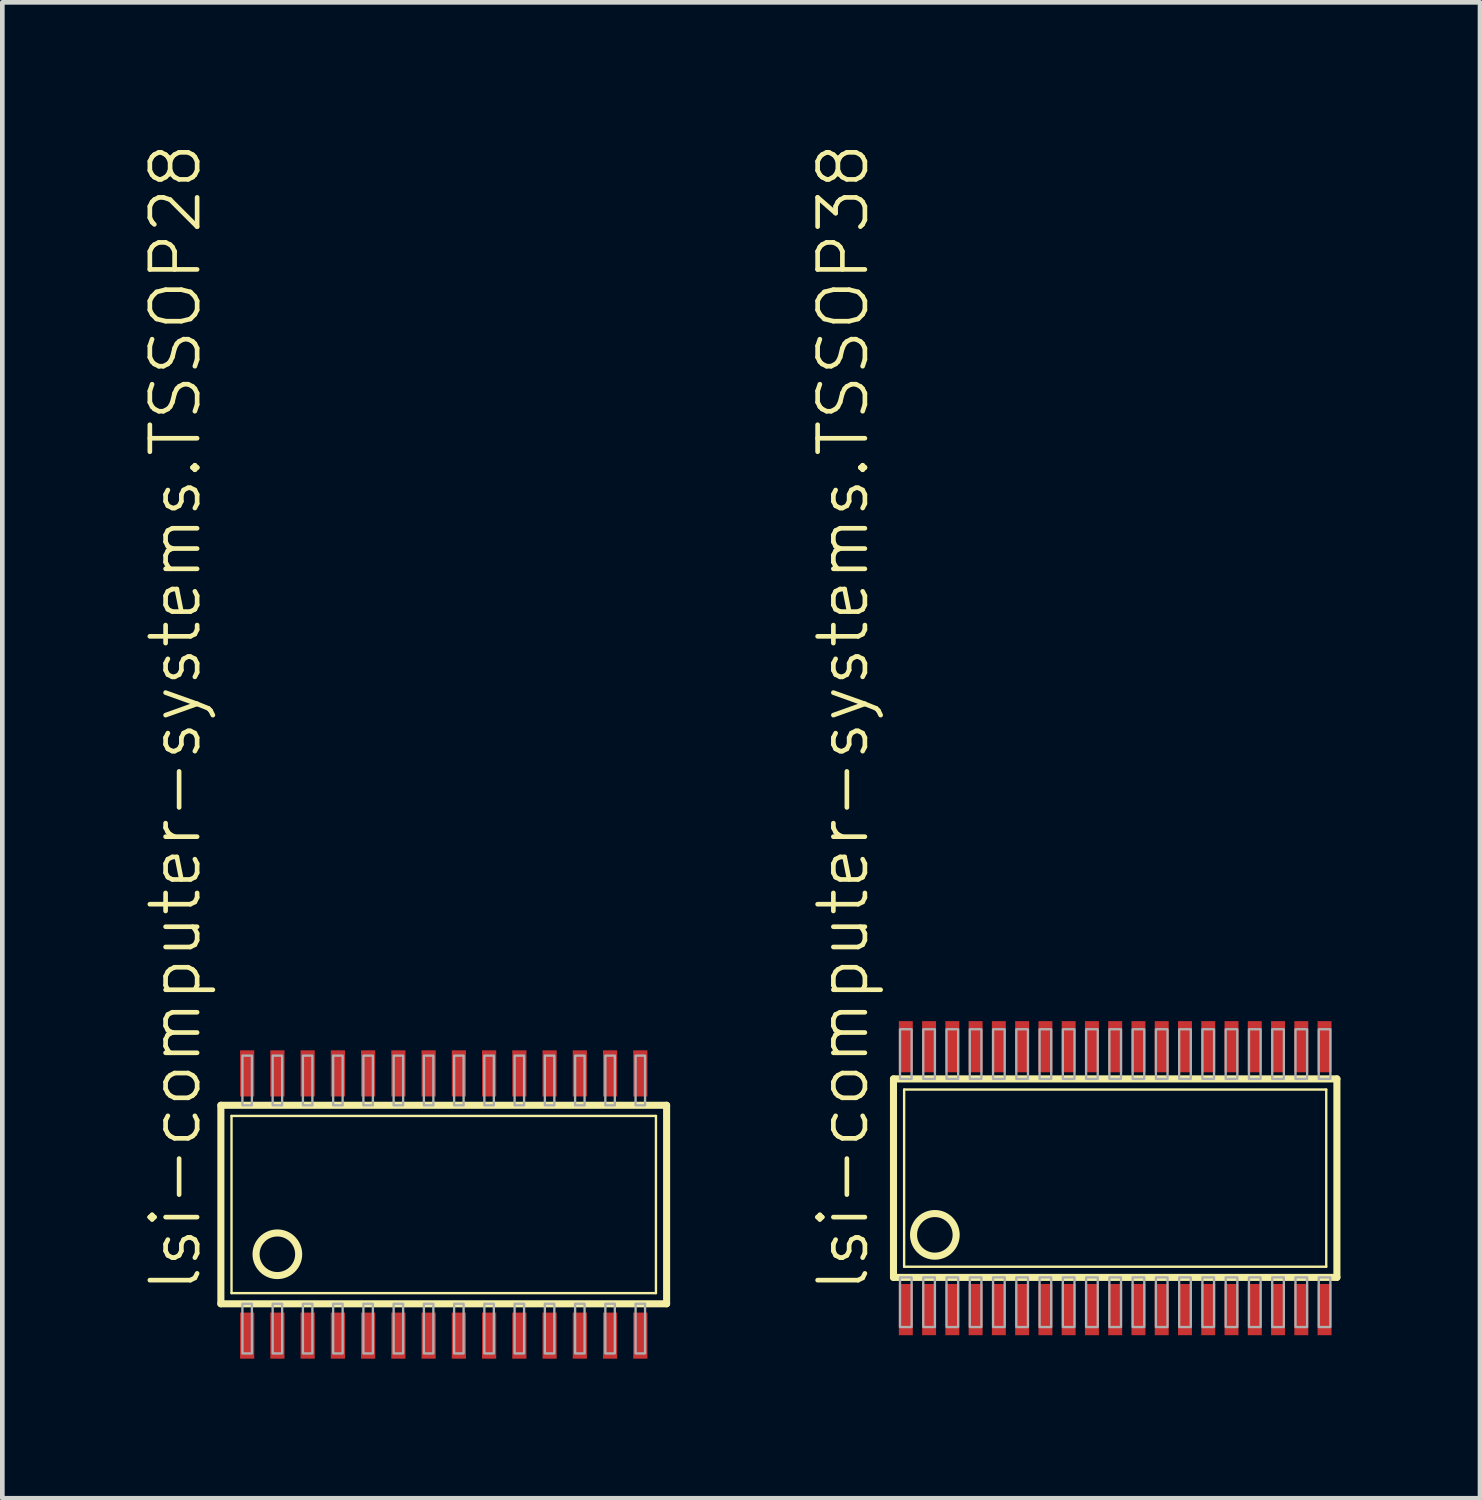
<source format=kicad_pcb>
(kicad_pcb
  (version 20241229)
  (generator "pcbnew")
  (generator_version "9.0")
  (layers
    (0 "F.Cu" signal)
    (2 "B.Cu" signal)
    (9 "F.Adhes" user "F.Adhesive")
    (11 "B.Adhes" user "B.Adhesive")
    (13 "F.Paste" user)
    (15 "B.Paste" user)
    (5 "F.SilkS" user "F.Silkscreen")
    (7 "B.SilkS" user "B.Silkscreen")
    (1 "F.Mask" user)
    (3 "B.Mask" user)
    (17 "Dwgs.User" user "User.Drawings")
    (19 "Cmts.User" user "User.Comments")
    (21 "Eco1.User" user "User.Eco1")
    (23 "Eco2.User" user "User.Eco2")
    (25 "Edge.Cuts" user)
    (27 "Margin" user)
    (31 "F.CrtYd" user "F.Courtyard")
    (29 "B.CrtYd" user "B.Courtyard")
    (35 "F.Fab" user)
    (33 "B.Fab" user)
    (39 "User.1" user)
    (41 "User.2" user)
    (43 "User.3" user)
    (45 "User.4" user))
  (footprint "lsi-computer-systems.TSSOP28"
    (layer "F.Cu")
    (at 6.487 22.838)
    (property "Reference" "lsi-computer-systems.TSSOP28" (at -5.171 1.933 90) (layer "F.SilkS") (effects (font (size 1.016 1.016) (thickness 0.1)) (justify left bottom)))
    (attr smd)
    (fp_line (start -4.79 2.133) (end -4.79 -2.133) (stroke (width 0.152) (type default)) (layer "F.SilkS"))
    (fp_line (start -4.79 2.133) (end 4.79 2.133) (stroke (width 0.152) (type default)) (layer "F.SilkS"))
    (fp_line (start -4.561 1.904) (end -4.561 -1.904) (stroke (width 0.051) (type default)) (layer "F.SilkS"))
    (fp_line (start -4.561 1.904) (end 4.561 1.904) (stroke (width 0.051) (type default)) (layer "F.SilkS"))
    (fp_line (start 4.561 -1.904) (end -4.561 -1.904) (stroke (width 0.051) (type default)) (layer "F.SilkS"))
    (fp_line (start 4.561 -1.904) (end 4.561 1.904) (stroke (width 0.051) (type default)) (layer "F.SilkS"))
    (fp_line (start 4.79 -2.133) (end -4.79 -2.133) (stroke (width 0.152) (type default)) (layer "F.SilkS"))
    (fp_line (start 4.79 -2.133) (end 4.79 2.133) (stroke (width 0.152) (type default)) (layer "F.SilkS"))
    (fp_circle (center -3.576 1.069) (end -3.118 1.069) (stroke (width 0.152) (type default)) (fill no) (layer "F.SilkS"))
    (fp_rect (start -4.327 -2.133) (end -4.123 -3.2) (stroke (width 0.05) (type default)) (fill no) (layer "F.Fab"))
    (fp_rect (start -4.327 3.2) (end -4.123 2.133) (stroke (width 0.05) (type default)) (fill no) (layer "F.Fab"))
    (fp_rect (start -3.677 -2.133) (end -3.473 -3.2) (stroke (width 0.05) (type default)) (fill no) (layer "F.Fab"))
    (fp_rect (start -3.677 3.2) (end -3.473 2.133) (stroke (width 0.05) (type default)) (fill no) (layer "F.Fab"))
    (fp_rect (start -3.027 -2.133) (end -2.823 -3.2) (stroke (width 0.05) (type default)) (fill no) (layer "F.Fab"))
    (fp_rect (start -3.027 3.2) (end -2.823 2.133) (stroke (width 0.05) (type default)) (fill no) (layer "F.Fab"))
    (fp_rect (start -2.377 -2.133) (end -2.173 -3.2) (stroke (width 0.05) (type default)) (fill no) (layer "F.Fab"))
    (fp_rect (start -2.377 3.2) (end -2.173 2.133) (stroke (width 0.05) (type default)) (fill no) (layer "F.Fab"))
    (fp_rect (start -1.727 -2.133) (end -1.523 -3.2) (stroke (width 0.05) (type default)) (fill no) (layer "F.Fab"))
    (fp_rect (start -1.727 3.2) (end -1.523 2.133) (stroke (width 0.05) (type default)) (fill no) (layer "F.Fab"))
    (fp_rect (start -1.077 -2.133) (end -0.873 -3.2) (stroke (width 0.05) (type default)) (fill no) (layer "F.Fab"))
    (fp_rect (start -1.077 3.2) (end -0.873 2.133) (stroke (width 0.05) (type default)) (fill no) (layer "F.Fab"))
    (fp_rect (start -0.427 -2.133) (end -0.223 -3.2) (stroke (width 0.05) (type default)) (fill no) (layer "F.Fab"))
    (fp_rect (start -0.427 3.2) (end -0.223 2.133) (stroke (width 0.05) (type default)) (fill no) (layer "F.Fab"))
    (fp_rect (start 0.223 -2.133) (end 0.427 -3.2) (stroke (width 0.05) (type default)) (fill no) (layer "F.Fab"))
    (fp_rect (start 0.223 3.2) (end 0.427 2.133) (stroke (width 0.05) (type default)) (fill no) (layer "F.Fab"))
    (fp_rect (start 0.873 -2.133) (end 1.077 -3.2) (stroke (width 0.05) (type default)) (fill no) (layer "F.Fab"))
    (fp_rect (start 0.873 3.2) (end 1.077 2.133) (stroke (width 0.05) (type default)) (fill no) (layer "F.Fab"))
    (fp_rect (start 1.523 -2.133) (end 1.727 -3.2) (stroke (width 0.05) (type default)) (fill no) (layer "F.Fab"))
    (fp_rect (start 1.523 3.2) (end 1.727 2.133) (stroke (width 0.05) (type default)) (fill no) (layer "F.Fab"))
    (fp_rect (start 2.173 -2.133) (end 2.377 -3.2) (stroke (width 0.05) (type default)) (fill no) (layer "F.Fab"))
    (fp_rect (start 2.173 3.2) (end 2.377 2.133) (stroke (width 0.05) (type default)) (fill no) (layer "F.Fab"))
    (fp_rect (start 2.823 -2.133) (end 3.027 -3.2) (stroke (width 0.05) (type default)) (fill no) (layer "F.Fab"))
    (fp_rect (start 2.823 3.2) (end 3.027 2.133) (stroke (width 0.05) (type default)) (fill no) (layer "F.Fab"))
    (fp_rect (start 3.473 -2.133) (end 3.677 -3.2) (stroke (width 0.05) (type default)) (fill no) (layer "F.Fab"))
    (fp_rect (start 3.473 3.2) (end 3.677 2.133) (stroke (width 0.05) (type default)) (fill no) (layer "F.Fab"))
    (fp_rect (start 4.123 -2.133) (end 4.327 -3.2) (stroke (width 0.05) (type default)) (fill no) (layer "F.Fab"))
    (fp_rect (start 4.123 3.2) (end 4.327 2.133) (stroke (width 0.05) (type default)) (fill no) (layer "F.Fab"))
    (pad "1" smd roundrect (at -4.225 2.818) (size 0.305 0.991) (layers "F.Cu" "F.Mask" "F.Paste") (roundrect_rratio 0.01))
    (pad "2" smd roundrect (at -3.575 2.818) (size 0.305 0.991) (layers "F.Cu" "F.Mask" "F.Paste") (roundrect_rratio 0.01))
    (pad "3" smd roundrect (at -2.925 2.818) (size 0.305 0.991) (layers "F.Cu" "F.Mask" "F.Paste") (roundrect_rratio 0.01))
    (pad "4" smd roundrect (at -2.275 2.818) (size 0.305 0.991) (layers "F.Cu" "F.Mask" "F.Paste") (roundrect_rratio 0.01))
    (pad "5" smd roundrect (at -1.625 2.818) (size 0.305 0.991) (layers "F.Cu" "F.Mask" "F.Paste") (roundrect_rratio 0.01))
    (pad "6" smd roundrect (at -0.975 2.818) (size 0.305 0.991) (layers "F.Cu" "F.Mask" "F.Paste") (roundrect_rratio 0.01))
    (pad "7" smd roundrect (at -0.325 2.818) (size 0.305 0.991) (layers "F.Cu" "F.Mask" "F.Paste") (roundrect_rratio 0.01))
    (pad "8" smd roundrect (at 0.325 2.818) (size 0.305 0.991) (layers "F.Cu" "F.Mask" "F.Paste") (roundrect_rratio 0.01))
    (pad "9" smd roundrect (at 0.975 2.818) (size 0.305 0.991) (layers "F.Cu" "F.Mask" "F.Paste") (roundrect_rratio 0.01))
    (pad "10" smd roundrect (at 1.625 2.818) (size 0.305 0.991) (layers "F.Cu" "F.Mask" "F.Paste") (roundrect_rratio 0.01))
    (pad "11" smd roundrect (at 2.275 2.818) (size 0.305 0.991) (layers "F.Cu" "F.Mask" "F.Paste") (roundrect_rratio 0.01))
    (pad "12" smd roundrect (at 2.925 2.818) (size 0.305 0.991) (layers "F.Cu" "F.Mask" "F.Paste") (roundrect_rratio 0.01))
    (pad "13" smd roundrect (at 3.575 2.818) (size 0.305 0.991) (layers "F.Cu" "F.Mask" "F.Paste") (roundrect_rratio 0.01))
    (pad "14" smd roundrect (at 4.225 2.818) (size 0.305 0.991) (layers "F.Cu" "F.Mask" "F.Paste") (roundrect_rratio 0.01))
    (pad "15" smd roundrect (at 4.225 -2.818) (size 0.305 0.991) (layers "F.Cu" "F.Mask" "F.Paste") (roundrect_rratio 0.01))
    (pad "16" smd roundrect (at 3.575 -2.818) (size 0.305 0.991) (layers "F.Cu" "F.Mask" "F.Paste") (roundrect_rratio 0.01))
    (pad "17" smd roundrect (at 2.925 -2.818) (size 0.305 0.991) (layers "F.Cu" "F.Mask" "F.Paste") (roundrect_rratio 0.01))
    (pad "18" smd roundrect (at 2.275 -2.818) (size 0.305 0.991) (layers "F.Cu" "F.Mask" "F.Paste") (roundrect_rratio 0.01))
    (pad "19" smd roundrect (at 1.625 -2.818) (size 0.305 0.991) (layers "F.Cu" "F.Mask" "F.Paste") (roundrect_rratio 0.01))
    (pad "20" smd roundrect (at 0.975 -2.818) (size 0.305 0.991) (layers "F.Cu" "F.Mask" "F.Paste") (roundrect_rratio 0.01))
    (pad "21" smd roundrect (at 0.325 -2.818) (size 0.305 0.991) (layers "F.Cu" "F.Mask" "F.Paste") (roundrect_rratio 0.01))
    (pad "22" smd roundrect (at -0.325 -2.818) (size 0.305 0.991) (layers "F.Cu" "F.Mask" "F.Paste") (roundrect_rratio 0.01))
    (pad "23" smd roundrect (at -0.975 -2.818) (size 0.305 0.991) (layers "F.Cu" "F.Mask" "F.Paste") (roundrect_rratio 0.01))
    (pad "24" smd roundrect (at -1.625 -2.818) (size 0.305 0.991) (layers "F.Cu" "F.Mask" "F.Paste") (roundrect_rratio 0.01))
    (pad "25" smd roundrect (at -2.275 -2.818) (size 0.305 0.991) (layers "F.Cu" "F.Mask" "F.Paste") (roundrect_rratio 0.01))
    (pad "26" smd roundrect (at -2.925 -2.818) (size 0.305 0.991) (layers "F.Cu" "F.Mask" "F.Paste") (roundrect_rratio 0.01))
    (pad "27" smd roundrect (at -3.575 -2.818) (size 0.305 0.991) (layers "F.Cu" "F.Mask" "F.Paste") (roundrect_rratio 0.01))
    (pad "28" smd roundrect (at -4.225 -2.818) (size 0.305 0.991) (layers "F.Cu" "F.Mask" "F.Paste") (roundrect_rratio 0.01)))
  (footprint "lsi-computer-systems.TSSOP38"
    (layer "F.Cu")
    (at 20.918 22.271)
    (property "Reference" "lsi-computer-systems.TSSOP38" (at -5.25 2.5 90) (layer "F.SilkS") (effects (font (size 1.016 1.016) (thickness 0.1)) (justify left bottom)))
    (attr smd)
    (fp_line (start -4.765 2.133) (end -4.765 -2.133) (stroke (width 0.152) (type default)) (layer "F.SilkS"))
    (fp_line (start -4.765 2.133) (end 4.765 2.133) (stroke (width 0.152) (type default)) (layer "F.SilkS"))
    (fp_line (start -4.536 1.904) (end -4.536 -1.904) (stroke (width 0.051) (type default)) (layer "F.SilkS"))
    (fp_line (start -4.536 1.904) (end 4.536 1.904) (stroke (width 0.051) (type default)) (layer "F.SilkS"))
    (fp_line (start 4.536 -1.904) (end -4.536 -1.904) (stroke (width 0.051) (type default)) (layer "F.SilkS"))
    (fp_line (start 4.536 -1.904) (end 4.536 1.904) (stroke (width 0.051) (type default)) (layer "F.SilkS"))
    (fp_line (start 4.765 -2.133) (end -4.765 -2.133) (stroke (width 0.152) (type default)) (layer "F.SilkS"))
    (fp_line (start 4.765 -2.133) (end 4.765 2.133) (stroke (width 0.152) (type default)) (layer "F.SilkS"))
    (fp_circle (center -3.876 1.219) (end -3.418 1.219) (stroke (width 0.152) (type default)) (fill no) (layer "F.SilkS"))
    (fp_rect (start -4.625 -2.133) (end -4.375 -3.2) (stroke (width 0.05) (type default)) (fill no) (layer "F.Fab"))
    (fp_rect (start -4.625 3.2) (end -4.375 2.133) (stroke (width 0.05) (type default)) (fill no) (layer "F.Fab"))
    (fp_rect (start -4.125 -2.133) (end -3.875 -3.2) (stroke (width 0.05) (type default)) (fill no) (layer "F.Fab"))
    (fp_rect (start -4.125 3.2) (end -3.875 2.133) (stroke (width 0.05) (type default)) (fill no) (layer "F.Fab"))
    (fp_rect (start -3.625 -2.133) (end -3.375 -3.2) (stroke (width 0.05) (type default)) (fill no) (layer "F.Fab"))
    (fp_rect (start -3.625 3.2) (end -3.375 2.133) (stroke (width 0.05) (type default)) (fill no) (layer "F.Fab"))
    (fp_rect (start -3.125 -2.133) (end -2.875 -3.2) (stroke (width 0.05) (type default)) (fill no) (layer "F.Fab"))
    (fp_rect (start -3.125 3.2) (end -2.875 2.133) (stroke (width 0.05) (type default)) (fill no) (layer "F.Fab"))
    (fp_rect (start -2.625 -2.133) (end -2.375 -3.2) (stroke (width 0.05) (type default)) (fill no) (layer "F.Fab"))
    (fp_rect (start -2.625 3.2) (end -2.375 2.133) (stroke (width 0.05) (type default)) (fill no) (layer "F.Fab"))
    (fp_rect (start -2.125 -2.133) (end -1.875 -3.2) (stroke (width 0.05) (type default)) (fill no) (layer "F.Fab"))
    (fp_rect (start -2.125 3.2) (end -1.875 2.133) (stroke (width 0.05) (type default)) (fill no) (layer "F.Fab"))
    (fp_rect (start -1.625 -2.133) (end -1.375 -3.2) (stroke (width 0.05) (type default)) (fill no) (layer "F.Fab"))
    (fp_rect (start -1.625 3.2) (end -1.375 2.133) (stroke (width 0.05) (type default)) (fill no) (layer "F.Fab"))
    (fp_rect (start -1.125 -2.133) (end -0.875 -3.2) (stroke (width 0.05) (type default)) (fill no) (layer "F.Fab"))
    (fp_rect (start -1.125 3.2) (end -0.875 2.133) (stroke (width 0.05) (type default)) (fill no) (layer "F.Fab"))
    (fp_rect (start -0.625 -2.133) (end -0.375 -3.2) (stroke (width 0.05) (type default)) (fill no) (layer "F.Fab"))
    (fp_rect (start -0.625 3.2) (end -0.375 2.133) (stroke (width 0.05) (type default)) (fill no) (layer "F.Fab"))
    (fp_rect (start -0.125 -2.133) (end 0.125 -3.2) (stroke (width 0.05) (type default)) (fill no) (layer "F.Fab"))
    (fp_rect (start -0.125 3.2) (end 0.125 2.133) (stroke (width 0.05) (type default)) (fill no) (layer "F.Fab"))
    (fp_rect (start 0.375 -2.133) (end 0.625 -3.2) (stroke (width 0.05) (type default)) (fill no) (layer "F.Fab"))
    (fp_rect (start 0.375 3.2) (end 0.625 2.133) (stroke (width 0.05) (type default)) (fill no) (layer "F.Fab"))
    (fp_rect (start 0.875 -2.133) (end 1.125 -3.2) (stroke (width 0.05) (type default)) (fill no) (layer "F.Fab"))
    (fp_rect (start 0.875 3.2) (end 1.125 2.133) (stroke (width 0.05) (type default)) (fill no) (layer "F.Fab"))
    (fp_rect (start 1.375 -2.133) (end 1.625 -3.2) (stroke (width 0.05) (type default)) (fill no) (layer "F.Fab"))
    (fp_rect (start 1.375 3.2) (end 1.625 2.133) (stroke (width 0.05) (type default)) (fill no) (layer "F.Fab"))
    (fp_rect (start 1.875 -2.133) (end 2.125 -3.2) (stroke (width 0.05) (type default)) (fill no) (layer "F.Fab"))
    (fp_rect (start 1.875 3.2) (end 2.125 2.133) (stroke (width 0.05) (type default)) (fill no) (layer "F.Fab"))
    (fp_rect (start 2.375 -2.133) (end 2.625 -3.2) (stroke (width 0.05) (type default)) (fill no) (layer "F.Fab"))
    (fp_rect (start 2.375 3.2) (end 2.625 2.133) (stroke (width 0.05) (type default)) (fill no) (layer "F.Fab"))
    (fp_rect (start 2.875 -2.133) (end 3.125 -3.2) (stroke (width 0.05) (type default)) (fill no) (layer "F.Fab"))
    (fp_rect (start 2.875 3.2) (end 3.125 2.133) (stroke (width 0.05) (type default)) (fill no) (layer "F.Fab"))
    (fp_rect (start 3.375 -2.133) (end 3.625 -3.2) (stroke (width 0.05) (type default)) (fill no) (layer "F.Fab"))
    (fp_rect (start 3.375 3.2) (end 3.625 2.133) (stroke (width 0.05) (type default)) (fill no) (layer "F.Fab"))
    (fp_rect (start 3.875 -2.133) (end 4.125 -3.2) (stroke (width 0.05) (type default)) (fill no) (layer "F.Fab"))
    (fp_rect (start 3.875 3.2) (end 4.125 2.133) (stroke (width 0.05) (type default)) (fill no) (layer "F.Fab"))
    (fp_rect (start 4.375 -2.133) (end 4.625 -3.2) (stroke (width 0.05) (type default)) (fill no) (layer "F.Fab"))
    (fp_rect (start 4.375 3.2) (end 4.625 2.133) (stroke (width 0.05) (type default)) (fill no) (layer "F.Fab"))
    (pad "1" smd roundrect (at -4.5 2.825) (size 0.3 1.1) (layers "F.Cu" "F.Mask" "F.Paste") (roundrect_rratio 0.01))
    (pad "2" smd roundrect (at -4 2.825) (size 0.3 1.1) (layers "F.Cu" "F.Mask" "F.Paste") (roundrect_rratio 0.01))
    (pad "3" smd roundrect (at -3.5 2.825) (size 0.3 1.1) (layers "F.Cu" "F.Mask" "F.Paste") (roundrect_rratio 0.01))
    (pad "4" smd roundrect (at -3 2.825) (size 0.3 1.1) (layers "F.Cu" "F.Mask" "F.Paste") (roundrect_rratio 0.01))
    (pad "5" smd roundrect (at -2.5 2.825) (size 0.3 1.1) (layers "F.Cu" "F.Mask" "F.Paste") (roundrect_rratio 0.01))
    (pad "6" smd roundrect (at -2 2.825) (size 0.3 1.1) (layers "F.Cu" "F.Mask" "F.Paste") (roundrect_rratio 0.01))
    (pad "7" smd roundrect (at -1.5 2.825) (size 0.3 1.1) (layers "F.Cu" "F.Mask" "F.Paste") (roundrect_rratio 0.01))
    (pad "8" smd roundrect (at -1 2.825) (size 0.3 1.1) (layers "F.Cu" "F.Mask" "F.Paste") (roundrect_rratio 0.01))
    (pad "9" smd roundrect (at -0.5 2.825) (size 0.3 1.1) (layers "F.Cu" "F.Mask" "F.Paste") (roundrect_rratio 0.01))
    (pad "10" smd roundrect (at 0 2.825) (size 0.3 1.1) (layers "F.Cu" "F.Mask" "F.Paste") (roundrect_rratio 0.01))
    (pad "11" smd roundrect (at 0.5 2.825) (size 0.3 1.1) (layers "F.Cu" "F.Mask" "F.Paste") (roundrect_rratio 0.01))
    (pad "12" smd roundrect (at 1 2.825) (size 0.3 1.1) (layers "F.Cu" "F.Mask" "F.Paste") (roundrect_rratio 0.01))
    (pad "13" smd roundrect (at 1.5 2.825) (size 0.3 1.1) (layers "F.Cu" "F.Mask" "F.Paste") (roundrect_rratio 0.01))
    (pad "14" smd roundrect (at 2 2.825) (size 0.3 1.1) (layers "F.Cu" "F.Mask" "F.Paste") (roundrect_rratio 0.01))
    (pad "15" smd roundrect (at 2.5 2.825) (size 0.3 1.1) (layers "F.Cu" "F.Mask" "F.Paste") (roundrect_rratio 0.01))
    (pad "16" smd roundrect (at 3 2.825) (size 0.3 1.1) (layers "F.Cu" "F.Mask" "F.Paste") (roundrect_rratio 0.01))
    (pad "17" smd roundrect (at 3.5 2.825) (size 0.3 1.1) (layers "F.Cu" "F.Mask" "F.Paste") (roundrect_rratio 0.01))
    (pad "18" smd roundrect (at 4 2.825) (size 0.3 1.1) (layers "F.Cu" "F.Mask" "F.Paste") (roundrect_rratio 0.01))
    (pad "19" smd roundrect (at 4.5 2.825) (size 0.3 1.1) (layers "F.Cu" "F.Mask" "F.Paste") (roundrect_rratio 0.01))
    (pad "20" smd roundrect (at 4.5 -2.825 180) (size 0.3 1.1) (layers "F.Cu" "F.Mask" "F.Paste") (roundrect_rratio 0.01))
    (pad "21" smd roundrect (at 4 -2.825 180) (size 0.3 1.1) (layers "F.Cu" "F.Mask" "F.Paste") (roundrect_rratio 0.01))
    (pad "22" smd roundrect (at 3.5 -2.825 180) (size 0.3 1.1) (layers "F.Cu" "F.Mask" "F.Paste") (roundrect_rratio 0.01))
    (pad "23" smd roundrect (at 3 -2.825 180) (size 0.3 1.1) (layers "F.Cu" "F.Mask" "F.Paste") (roundrect_rratio 0.01))
    (pad "24" smd roundrect (at 2.5 -2.825 180) (size 0.3 1.1) (layers "F.Cu" "F.Mask" "F.Paste") (roundrect_rratio 0.01))
    (pad "25" smd roundrect (at 2 -2.825 180) (size 0.3 1.1) (layers "F.Cu" "F.Mask" "F.Paste") (roundrect_rratio 0.01))
    (pad "26" smd roundrect (at 1.5 -2.825 180) (size 0.3 1.1) (layers "F.Cu" "F.Mask" "F.Paste") (roundrect_rratio 0.01))
    (pad "27" smd roundrect (at 1 -2.825 180) (size 0.3 1.1) (layers "F.Cu" "F.Mask" "F.Paste") (roundrect_rratio 0.01))
    (pad "28" smd roundrect (at 0.5 -2.825 180) (size 0.3 1.1) (layers "F.Cu" "F.Mask" "F.Paste") (roundrect_rratio 0.01))
    (pad "29" smd roundrect (at 0 -2.825 180) (size 0.3 1.1) (layers "F.Cu" "F.Mask" "F.Paste") (roundrect_rratio 0.01))
    (pad "30" smd roundrect (at -0.5 -2.825 180) (size 0.3 1.1) (layers "F.Cu" "F.Mask" "F.Paste") (roundrect_rratio 0.01))
    (pad "31" smd roundrect (at -1 -2.825 180) (size 0.3 1.1) (layers "F.Cu" "F.Mask" "F.Paste") (roundrect_rratio 0.01))
    (pad "32" smd roundrect (at -1.5 -2.825 180) (size 0.3 1.1) (layers "F.Cu" "F.Mask" "F.Paste") (roundrect_rratio 0.01))
    (pad "33" smd roundrect (at -2 -2.825 180) (size 0.3 1.1) (layers "F.Cu" "F.Mask" "F.Paste") (roundrect_rratio 0.01))
    (pad "34" smd roundrect (at -2.5 -2.825 180) (size 0.3 1.1) (layers "F.Cu" "F.Mask" "F.Paste") (roundrect_rratio 0.01))
    (pad "35" smd roundrect (at -3 -2.825 180) (size 0.3 1.1) (layers "F.Cu" "F.Mask" "F.Paste") (roundrect_rratio 0.01))
    (pad "36" smd roundrect (at -3.5 -2.825 180) (size 0.3 1.1) (layers "F.Cu" "F.Mask" "F.Paste") (roundrect_rratio 0.01))
    (pad "37" smd roundrect (at -4 -2.825 180) (size 0.3 1.1) (layers "F.Cu" "F.Mask" "F.Paste") (roundrect_rratio 0.01))
    (pad "38" smd roundrect (at -4.5 -2.825 180) (size 0.3 1.1) (layers "F.Cu" "F.Mask" "F.Paste") (roundrect_rratio 0.01)))
  (gr_rect
    (start -3 -3)
    (end 28.759 29.151)
    (stroke (width 0.1) (type default))
    (fill no)
    (layer "Edge.Cuts")))
</source>
